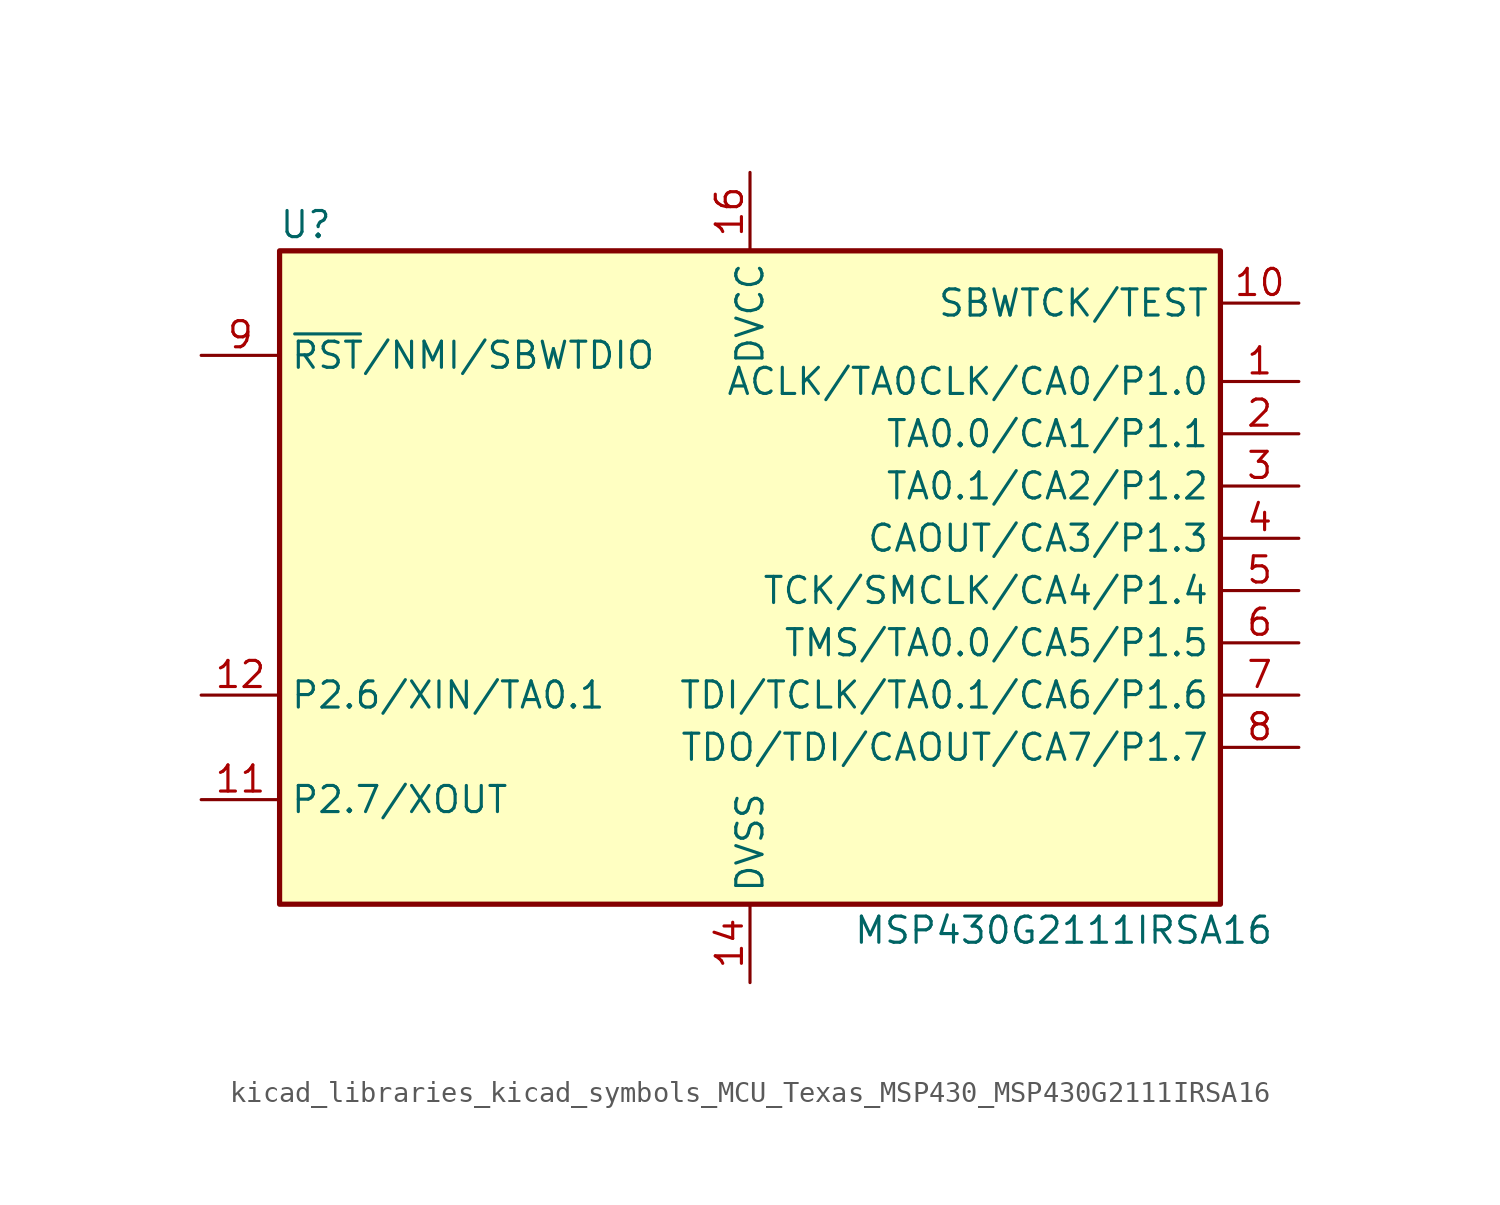
<source format=kicad_sym>
(kicad_symbol_lib
  (version 20220914)
  (generator kicad_symbol_editor)
  (symbol "kicad_libraries_kicad_symbols_MCU_Texas_MSP430_MSP430G2111IRSA16"
    (property "Reference" "U"
      (at -21.59 17.78 0)
      (effects (font (size 1.27 1.27))))
    (property "Value" "MSP430G2111IRSA16"
      (at 15.24 -16.51 0)
      (effects (font (size 1.27 1.27))))
    (symbol "kicad_libraries_kicad_symbols_MCU_Texas_MSP430_MSP430G2111IRSA16_0_1"
      (rectangle (start -22.86 16.51) (end 22.86 -15.24) (stroke (width 0.254) (type default)) (fill (type background))))
    (symbol "kicad_libraries_kicad_symbols_MCU_Texas_MSP430_MSP430G2111IRSA16_1_1"
      (pin bidirectional line (at 26.67 10.16 180) (length 3.81) (name "ACLK/TA0CLK/CA0/P1.0" (effects (font (size 1.27 1.27)))) (number "1" (effects (font (size 1.27 1.27)))))
      (pin input line (at 26.67 13.97 180) (length 3.81) (name "SBWTCK/TEST" (effects (font (size 1.27 1.27)))) (number "10" (effects (font (size 1.27 1.27)))))
      (pin bidirectional line (at -26.67 -10.16 0) (length 3.81) (name "P2.7/XOUT" (effects (font (size 1.27 1.27)))) (number "11" (effects (font (size 1.27 1.27)))))
      (pin bidirectional line (at -26.67 -5.08 0) (length 3.81) (name "P2.6/XIN/TA0.1" (effects (font (size 1.27 1.27)))) (number "12" (effects (font (size 1.27 1.27)))))
      (pin power_in line (at 0 -19.05 90) (length 3.81) (name "DVSS" (effects (font (size 1.27 1.27)))) (number "14" (effects (font (size 1.27 1.27)))))
      (pin power_in line (at 0 20.32 270) (length 3.81) (name "DVCC" (effects (font (size 1.27 1.27)))) (number "16" (effects (font (size 1.27 1.27)))))
      (pin bidirectional line (at 26.67 7.62 180) (length 3.81) (name "TA0.0/CA1/P1.1" (effects (font (size 1.27 1.27)))) (number "2" (effects (font (size 1.27 1.27)))))
      (pin bidirectional line (at 26.67 5.08 180) (length 3.81) (name "TA0.1/CA2/P1.2" (effects (font (size 1.27 1.27)))) (number "3" (effects (font (size 1.27 1.27)))))
      (pin bidirectional line (at 26.67 2.54 180) (length 3.81) (name "CAOUT/CA3/P1.3" (effects (font (size 1.27 1.27)))) (number "4" (effects (font (size 1.27 1.27)))))
      (pin bidirectional line (at 26.67 0 180) (length 3.81) (name "TCK/SMCLK/CA4/P1.4" (effects (font (size 1.27 1.27)))) (number "5" (effects (font (size 1.27 1.27)))))
      (pin bidirectional line (at 26.67 -2.54 180) (length 3.81) (name "TMS/TA0.0/CA5/P1.5" (effects (font (size 1.27 1.27)))) (number "6" (effects (font (size 1.27 1.27)))))
      (pin bidirectional line (at 26.67 -5.08 180) (length 3.81) (name "TDI/TCLK/TA0.1/CA6/P1.6" (effects (font (size 1.27 1.27)))) (number "7" (effects (font (size 1.27 1.27)))))
      (pin bidirectional line (at 26.67 -7.62 180) (length 3.81) (name "TDO/TDI/CAOUT/CA7/P1.7" (effects (font (size 1.27 1.27)))) (number "8" (effects (font (size 1.27 1.27)))))
      (pin input line (at -26.67 11.43 0) (length 3.81) (name "~{RST}/NMI/SBWTDIO" (effects (font (size 1.27 1.27)))) (number "9" (effects (font (size 1.27 1.27))))))))
</source>
